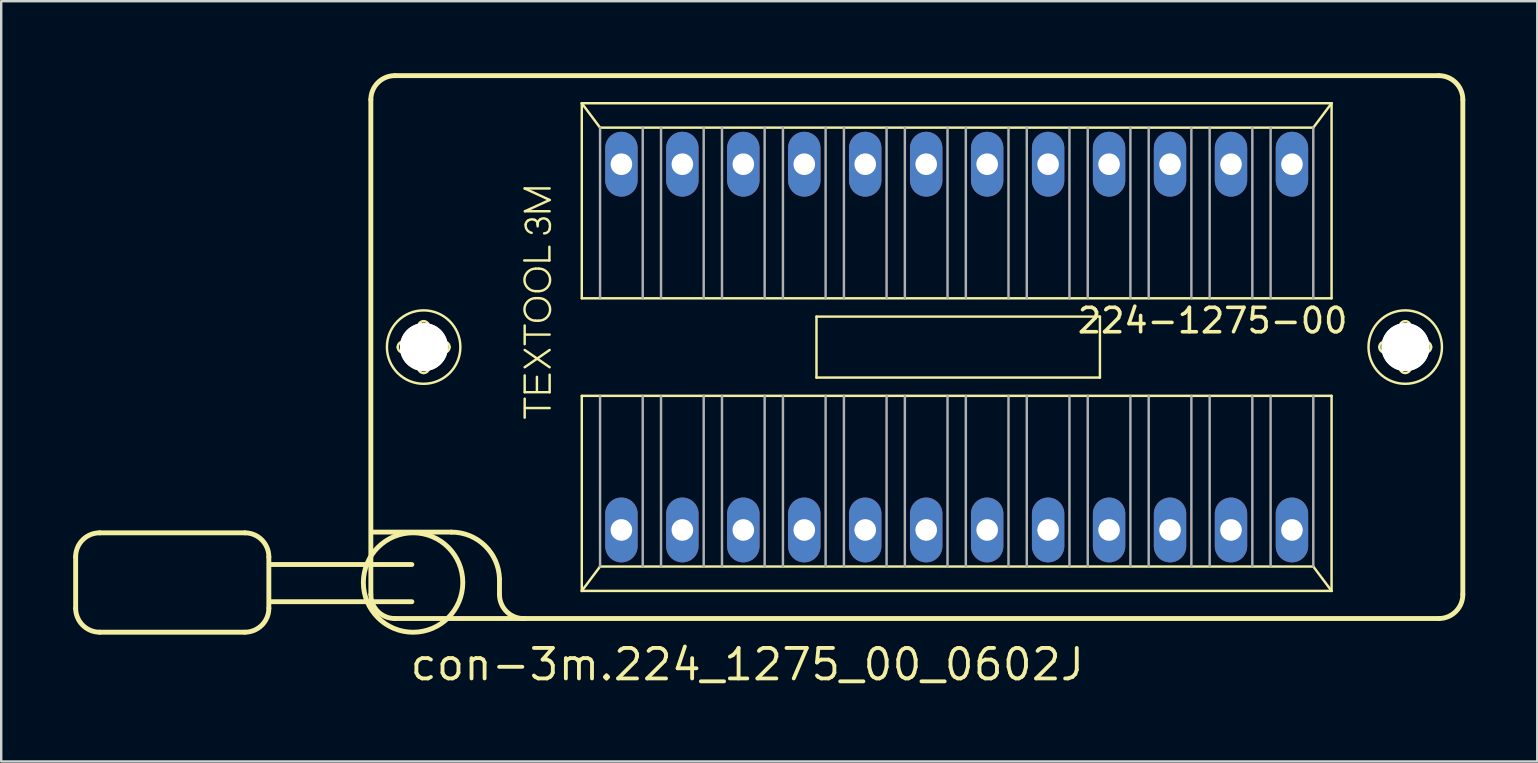
<source format=kicad_pcb>
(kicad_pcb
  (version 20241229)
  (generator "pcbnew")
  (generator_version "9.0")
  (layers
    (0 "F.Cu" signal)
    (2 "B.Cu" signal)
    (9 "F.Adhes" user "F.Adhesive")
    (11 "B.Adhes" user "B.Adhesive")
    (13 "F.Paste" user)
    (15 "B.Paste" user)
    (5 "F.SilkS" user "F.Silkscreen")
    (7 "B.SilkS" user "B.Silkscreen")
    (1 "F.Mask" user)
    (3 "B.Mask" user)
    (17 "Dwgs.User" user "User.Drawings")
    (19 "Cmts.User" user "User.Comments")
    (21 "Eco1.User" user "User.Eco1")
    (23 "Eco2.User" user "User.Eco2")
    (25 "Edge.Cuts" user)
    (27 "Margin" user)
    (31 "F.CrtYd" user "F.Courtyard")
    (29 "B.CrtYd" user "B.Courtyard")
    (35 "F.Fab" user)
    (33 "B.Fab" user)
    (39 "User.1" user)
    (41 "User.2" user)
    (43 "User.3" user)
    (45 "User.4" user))
  (footprint "con-3m.224_1275_00_0602J"
    (layer "F.Cu")
    (at 36.812 11.412)
    (property "Reference" "con-3m.224_1275_00_0602J" (at -22.86 13.97 0) (layer "F.SilkS") (effects (font (size 1.27 1.27) (thickness 0.16)) (justify left bottom)))
    (attr through_hole)
    (fp_line (start -36.71 8.74) (end -36.71 10.88) (stroke (width 0.203) (type default)) (layer "F.SilkS"))
    (fp_line (start -35.71 7.74) (end -29.66 7.74) (stroke (width 0.203) (type default)) (layer "F.SilkS"))
    (fp_line (start -29.66 11.88) (end -35.71 11.88) (stroke (width 0.203) (type default)) (layer "F.SilkS"))
    (fp_line (start -28.66 8.74) (end -28.66 10.88) (stroke (width 0.203) (type default)) (layer "F.SilkS"))
    (fp_line (start -24.41 10.31) (end -24.41 -10.31) (stroke (width 0.203) (type default)) (layer "F.SilkS"))
    (fp_line (start -24.3 7.71) (end -21.05 7.71) (stroke (width 0.203) (type default)) (layer "F.SilkS"))
    (fp_line (start -23.41 -11.31) (end 20.09 -11.31) (stroke (width 0.203) (type default)) (layer "F.SilkS"))
    (fp_line (start -23.06 -0.23) (end -22.51 -0.23) (stroke (width 0.102) (type default)) (layer "F.SilkS"))
    (fp_line (start -22.7 9.06) (end -28.61 9.06) (stroke (width 0.203) (type default)) (layer "F.SilkS"))
    (fp_line (start -22.7 10.61) (end -28.61 10.61) (stroke (width 0.203) (type default)) (layer "F.SilkS"))
    (fp_line (start -22.52 0.23) (end -23.06 0.23) (stroke (width 0.102) (type default)) (layer "F.SilkS"))
    (fp_line (start -22.44 -0.31) (end -22.44 -0.85) (stroke (width 0.102) (type default)) (layer "F.SilkS"))
    (fp_line (start -22.44 0.85) (end -22.44 0.3) (stroke (width 0.102) (type default)) (layer "F.SilkS"))
    (fp_line (start -21.98 -0.85) (end -21.98 -0.3) (stroke (width 0.102) (type default)) (layer "F.SilkS"))
    (fp_line (start -21.98 0.31) (end -21.98 0.85) (stroke (width 0.102) (type default)) (layer "F.SilkS"))
    (fp_line (start -21.9 -0.23) (end -21.36 -0.23) (stroke (width 0.102) (type default)) (layer "F.SilkS"))
    (fp_line (start -21.36 0.23) (end -21.91 0.23) (stroke (width 0.102) (type default)) (layer "F.SilkS"))
    (fp_line (start -19.05 9.66) (end -19.05 10.31) (stroke (width 0.203) (type default)) (layer "F.SilkS"))
    (fp_line (start -18.02 -3.61) (end -16.97 -3.61) (stroke (width 0.102) (type default)) (layer "F.SilkS"))
    (fp_line (start -18 -6.61) (end -16.96 -6.61) (stroke (width 0.102) (type default)) (layer "F.SilkS"))
    (fp_line (start -18 -0.12) (end -18 -0.9) (stroke (width 0.102) (type default)) (layer "F.SilkS"))
    (fp_line (start -18 0.12) (end -16.96 0.84) (stroke (width 0.102) (type default)) (layer "F.SilkS"))
    (fp_line (start -18 0.84) (end -16.96 0.12) (stroke (width 0.102) (type default)) (layer "F.SilkS"))
    (fp_line (start -18 1.18) (end -18 1.88) (stroke (width 0.102) (type default)) (layer "F.SilkS"))
    (fp_line (start -18 1.88) (end -16.96 1.88) (stroke (width 0.102) (type default)) (layer "F.SilkS"))
    (fp_line (start -18 2.94) (end -18 2.15) (stroke (width 0.102) (type default)) (layer "F.SilkS"))
    (fp_line (start -17.99 -5.66) (end -16.96 -6.13) (stroke (width 0.102) (type default)) (layer "F.SilkS"))
    (fp_line (start -17.99 2.54) (end -16.96 2.54) (stroke (width 0.102) (type default)) (layer "F.SilkS"))
    (fp_line (start -17.98 -0.52) (end -16.96 -0.52) (stroke (width 0.102) (type default)) (layer "F.SilkS"))
    (fp_line (start -17.54 -3.27) (end -17.41 -3.27) (stroke (width 0.102) (type default)) (layer "F.SilkS"))
    (fp_line (start -17.54 -2.33) (end -17.41 -2.33) (stroke (width 0.102) (type default)) (layer "F.SilkS"))
    (fp_line (start -17.54 -2.04) (end -17.41 -2.04) (stroke (width 0.102) (type default)) (layer "F.SilkS"))
    (fp_line (start -17.54 -1.1) (end -17.41 -1.1) (stroke (width 0.102) (type default)) (layer "F.SilkS"))
    (fp_line (start -17.49 1.24) (end -17.49 1.84) (stroke (width 0.102) (type default)) (layer "F.SilkS"))
    (fp_line (start -17.46 -5.03) (end -17.46 -5.12) (stroke (width 0.102) (type default)) (layer "F.SilkS"))
    (fp_line (start -16.97 -3.61) (end -16.97 -4.18) (stroke (width 0.102) (type default)) (layer "F.SilkS"))
    (fp_line (start -16.96 -6.13) (end -18 -6.61) (stroke (width 0.102) (type default)) (layer "F.SilkS"))
    (fp_line (start -16.96 -5.66) (end -17.99 -5.66) (stroke (width 0.102) (type default)) (layer "F.SilkS"))
    (fp_line (start -16.96 1.88) (end -16.96 1.15) (stroke (width 0.102) (type default)) (layer "F.SilkS"))
    (fp_line (start -15.621 -10.16) (end 15.621 -10.16) (stroke (width 0.102) (type default)) (layer "F.SilkS"))
    (fp_line (start -15.621 -2.032) (end -15.621 -10.16) (stroke (width 0.102) (type default)) (layer "F.SilkS"))
    (fp_line (start -15.621 2.032) (end 15.621 2.032) (stroke (width 0.102) (type default)) (layer "F.SilkS"))
    (fp_line (start -15.621 10.16) (end -15.621 2.032) (stroke (width 0.102) (type default)) (layer "F.SilkS"))
    (fp_line (start -15.621 10.16) (end -14.859 9.144) (stroke (width 0.102) (type default)) (layer "F.SilkS"))
    (fp_line (start -14.859 -9.144) (end -15.621 -10.16) (stroke (width 0.102) (type default)) (layer "F.SilkS"))
    (fp_line (start -14.859 9.144) (end 14.859 9.144) (stroke (width 0.102) (type default)) (layer "F.SilkS"))
    (fp_line (start -5.842 -1.27) (end 5.969 -1.27) (stroke (width 0.102) (type default)) (layer "F.SilkS"))
    (fp_line (start -5.842 1.27) (end -5.842 -1.27) (stroke (width 0.102) (type default)) (layer "F.SilkS"))
    (fp_line (start 5.969 -1.27) (end 5.969 1.27) (stroke (width 0.102) (type default)) (layer "F.SilkS"))
    (fp_line (start 5.969 1.27) (end -5.842 1.27) (stroke (width 0.102) (type default)) (layer "F.SilkS"))
    (fp_line (start 14.859 -9.144) (end -14.859 -9.144) (stroke (width 0.102) (type default)) (layer "F.SilkS"))
    (fp_line (start 14.859 9.144) (end 15.621 10.16) (stroke (width 0.102) (type default)) (layer "F.SilkS"))
    (fp_line (start 15.621 -10.16) (end 14.859 -9.144) (stroke (width 0.102) (type default)) (layer "F.SilkS"))
    (fp_line (start 15.621 -10.16) (end 15.621 -2.032) (stroke (width 0.102) (type default)) (layer "F.SilkS"))
    (fp_line (start 15.621 -2.032) (end -15.621 -2.032) (stroke (width 0.102) (type default)) (layer "F.SilkS"))
    (fp_line (start 15.621 2.032) (end 15.621 10.16) (stroke (width 0.102) (type default)) (layer "F.SilkS"))
    (fp_line (start 15.621 10.16) (end -15.621 10.16) (stroke (width 0.102) (type default)) (layer "F.SilkS"))
    (fp_line (start 17.84 -0.23) (end 18.39 -0.23) (stroke (width 0.102) (type default)) (layer "F.SilkS"))
    (fp_line (start 18.38 0.23) (end 17.84 0.23) (stroke (width 0.102) (type default)) (layer "F.SilkS"))
    (fp_line (start 18.46 -0.31) (end 18.46 -0.85) (stroke (width 0.102) (type default)) (layer "F.SilkS"))
    (fp_line (start 18.46 0.85) (end 18.46 0.3) (stroke (width 0.102) (type default)) (layer "F.SilkS"))
    (fp_line (start 18.92 -0.85) (end 18.92 -0.3) (stroke (width 0.102) (type default)) (layer "F.SilkS"))
    (fp_line (start 18.92 0.31) (end 18.92 0.85) (stroke (width 0.102) (type default)) (layer "F.SilkS"))
    (fp_line (start 19 -0.23) (end 19.54 -0.23) (stroke (width 0.102) (type default)) (layer "F.SilkS"))
    (fp_line (start 19.54 0.23) (end 18.99 0.23) (stroke (width 0.102) (type default)) (layer "F.SilkS"))
    (fp_line (start 20.09 11.31) (end -23.41 11.31) (stroke (width 0.203) (type default)) (layer "F.SilkS"))
    (fp_line (start 21.09 -10.31) (end 21.09 10.31) (stroke (width 0.203) (type default)) (layer "F.SilkS"))
    (fp_arc (start -36.71 8.74) (mid -36.417107 8.032893) (end -35.71 7.74) (stroke (width 0.2032) (type default)) (layer "F.SilkS"))
    (fp_arc (start -35.71 11.88) (mid -36.417107 11.587107) (end -36.71 10.88) (stroke (width 0.2032) (type default)) (layer "F.SilkS"))
    (fp_arc (start -29.66 7.74) (mid -28.952893 8.032893) (end -28.66 8.74) (stroke (width 0.2032) (type default)) (layer "F.SilkS"))
    (fp_arc (start -28.66 10.88) (mid -28.952893 11.587107) (end -29.66 11.88) (stroke (width 0.2032) (type default)) (layer "F.SilkS"))
    (fp_arc (start -24.41 -10.31) (mid -24.117107 -11.017107) (end -23.41 -11.31) (stroke (width 0.2032) (type default)) (layer "F.SilkS"))
    (fp_arc (start -23.41 11.31) (mid -24.117107 11.017107) (end -24.41 10.31) (stroke (width 0.2032) (type default)) (layer "F.SilkS"))
    (fp_arc (start -23.29 0) (mid -23.222635 -0.162635) (end -23.06 -0.23) (stroke (width 0.1016) (type default)) (layer "F.SilkS"))
    (fp_arc (start -23.06 0.23) (mid -23.222635 0.162635) (end -23.29 0) (stroke (width 0.1016) (type default)) (layer "F.SilkS"))
    (fp_arc (start -22.52 0.23) (mid -22.470503 0.250503) (end -22.45 0.3) (stroke (width 0.1016) (type default)) (layer "F.SilkS"))
    (fp_arc (start -22.44 -0.85) (mid -22.372635 -1.012635) (end -22.21 -1.08) (stroke (width 0.1016) (type default)) (layer "F.SilkS"))
    (fp_arc (start -22.44 -0.3) (mid -22.460503 -0.250503) (end -22.51 -0.23) (stroke (width 0.1016) (type default)) (layer "F.SilkS"))
    (fp_arc (start -22.21 -1.08) (mid -22.047365 -1.012635) (end -21.98 -0.85) (stroke (width 0.1016) (type default)) (layer "F.SilkS"))
    (fp_arc (start -22.21 1.08) (mid -22.372635 1.012635) (end -22.44 0.85) (stroke (width 0.1016) (type default)) (layer "F.SilkS"))
    (fp_arc (start -21.98 0.3) (mid -21.959497 0.250503) (end -21.91 0.23) (stroke (width 0.1016) (type default)) (layer "F.SilkS"))
    (fp_arc (start -21.98 0.85) (mid -22.047365 1.012635) (end -22.21 1.08) (stroke (width 0.1016) (type default)) (layer "F.SilkS"))
    (fp_arc (start -21.91 -0.23) (mid -21.959497 -0.250503) (end -21.98 -0.3) (stroke (width 0.1016) (type default)) (layer "F.SilkS"))
    (fp_arc (start -21.36 -0.23) (mid -21.197365 -0.162635) (end -21.13 0) (stroke (width 0.1016) (type default)) (layer "F.SilkS"))
    (fp_arc (start -21.13 0) (mid -21.197365 0.162635) (end -21.36 0.23) (stroke (width 0.1016) (type default)) (layer "F.SilkS"))
    (fp_arc (start -21.05 7.71) (mid -19.653341 8.27817) (end -19.05 9.66) (stroke (width 0.2032) (type default)) (layer "F.SilkS"))
    (fp_arc (start -18 11.31) (mid -18.739286 11.035) (end -19.05 10.31) (stroke (width 0.2032) (type default)) (layer "F.SilkS"))
    (fp_arc (start -17.96 -5.11) (mid -17.924621 -5.207696) (end -17.85 -5.28) (stroke (width 0.1016) (type default)) (layer "F.SilkS"))
    (fp_arc (start -17.85 -5.28) (mid -17.717382 -5.322157) (end -17.58 -5.3) (stroke (width 0.1016) (type default)) (layer "F.SilkS"))
    (fp_arc (start -17.71 -4.76) (mid -17.90297 -4.88645) (end -17.96 -5.11) (stroke (width 0.1016) (type default)) (layer "F.SilkS"))
    (fp_arc (start -17.58 -5.3) (mid -17.49275 -5.228167) (end -17.46 -5.12) (stroke (width 0.1016) (type default)) (layer "F.SilkS"))
    (fp_arc (start -17.54 -2.33) (mid -18.01 -2.8) (end -17.54 -3.27) (stroke (width 0.1016) (type default)) (layer "F.SilkS"))
    (fp_arc (start -17.54 -1.1) (mid -18.01 -1.57) (end -17.54 -2.04) (stroke (width 0.1016) (type default)) (layer "F.SilkS"))
    (fp_arc (start -17.46 -5.12) (mid -17.427891 -5.240938) (end -17.34 -5.33) (stroke (width 0.1016) (type default)) (layer "F.SilkS"))
    (fp_arc (start -17.41 -3.27) (mid -16.94 -2.8) (end -17.41 -2.33) (stroke (width 0.1016) (type default)) (layer "F.SilkS"))
    (fp_arc (start -17.41 -2.04) (mid -16.94 -1.57) (end -17.41 -1.1) (stroke (width 0.1016) (type default)) (layer "F.SilkS"))
    (fp_arc (start -17.34 -5.33) (mid -17.196886 -5.363595) (end -17.06 -5.31) (stroke (width 0.1016) (type default)) (layer "F.SilkS"))
    (fp_arc (start -17.06 -5.31) (mid -16.985084 -5.220954) (end -16.95 -5.11) (stroke (width 0.1016) (type default)) (layer "F.SilkS"))
    (fp_arc (start -16.96 -4.92) (mid -17.042524 -4.788503) (end -17.19 -4.74) (stroke (width 0.1016) (type default)) (layer "F.SilkS"))
    (fp_arc (start -16.95 -5.11) (mid -16.947277 -5.014594) (end -16.96 -4.92) (stroke (width 0.1016) (type default)) (layer "F.SilkS"))
    (fp_arc (start 17.61 0) (mid 17.677365 -0.162635) (end 17.84 -0.23) (stroke (width 0.1016) (type default)) (layer "F.SilkS"))
    (fp_arc (start 17.84 0.23) (mid 17.677365 0.162635) (end 17.61 0) (stroke (width 0.1016) (type default)) (layer "F.SilkS"))
    (fp_arc (start 18.38 0.23) (mid 18.429497 0.250503) (end 18.45 0.3) (stroke (width 0.1016) (type default)) (layer "F.SilkS"))
    (fp_arc (start 18.46 -0.85) (mid 18.527365 -1.012635) (end 18.69 -1.08) (stroke (width 0.1016) (type default)) (layer "F.SilkS"))
    (fp_arc (start 18.46 -0.3) (mid 18.439497 -0.250503) (end 18.39 -0.23) (stroke (width 0.1016) (type default)) (layer "F.SilkS"))
    (fp_arc (start 18.69 -1.08) (mid 18.852635 -1.012635) (end 18.92 -0.85) (stroke (width 0.1016) (type default)) (layer "F.SilkS"))
    (fp_arc (start 18.69 1.08) (mid 18.527365 1.012635) (end 18.46 0.85) (stroke (width 0.1016) (type default)) (layer "F.SilkS"))
    (fp_arc (start 18.92 0.3) (mid 18.940503 0.250503) (end 18.99 0.23) (stroke (width 0.1016) (type default)) (layer "F.SilkS"))
    (fp_arc (start 18.92 0.85) (mid 18.852635 1.012635) (end 18.69 1.08) (stroke (width 0.1016) (type default)) (layer "F.SilkS"))
    (fp_arc (start 18.99 -0.23) (mid 18.940503 -0.250503) (end 18.92 -0.3) (stroke (width 0.1016) (type default)) (layer "F.SilkS"))
    (fp_arc (start 19.54 -0.23) (mid 19.702635 -0.162635) (end 19.77 0) (stroke (width 0.1016) (type default)) (layer "F.SilkS"))
    (fp_arc (start 19.77 0) (mid 19.702635 0.162635) (end 19.54 0.23) (stroke (width 0.1016) (type default)) (layer "F.SilkS"))
    (fp_arc (start 20.09 -11.31) (mid 20.797107 -11.017107) (end 21.09 -10.31) (stroke (width 0.2032) (type default)) (layer "F.SilkS"))
    (fp_arc (start 21.09 10.31) (mid 20.797107 11.017107) (end 20.09 11.31) (stroke (width 0.2032) (type default)) (layer "F.SilkS"))
    (fp_circle (center -22.65 9.81) (end -20.578 9.81) (stroke (width 0.203) (type default)) (fill no) (layer "F.SilkS"))
    (fp_circle (center -22.21 0) (end -20.68 0) (stroke (width 0.102) (type default)) (fill no) (layer "F.SilkS"))
    (fp_circle (center 18.69 0) (end 20.22 0) (stroke (width 0.102) (type default)) (fill no) (layer "F.SilkS"))
    (fp_line (start -14.859 -9.144) (end -14.859 -2.032) (stroke (width 0.102) (type default)) (layer "F.Fab"))
    (fp_line (start -14.859 2.032) (end -14.859 9.144) (stroke (width 0.102) (type default)) (layer "F.Fab"))
    (fp_line (start -13.081 -2.032) (end -13.081 -9.144) (stroke (width 0.102) (type default)) (layer "F.Fab"))
    (fp_line (start -13.081 2.032) (end -13.081 9.144) (stroke (width 0.102) (type default)) (layer "F.Fab"))
    (fp_line (start -12.319 -2.032) (end -12.319 -9.144) (stroke (width 0.102) (type default)) (layer "F.Fab"))
    (fp_line (start -12.319 2.032) (end -12.319 9.144) (stroke (width 0.102) (type default)) (layer "F.Fab"))
    (fp_line (start -10.541 -2.032) (end -10.541 -9.144) (stroke (width 0.102) (type default)) (layer "F.Fab"))
    (fp_line (start -10.541 2.032) (end -10.541 9.144) (stroke (width 0.102) (type default)) (layer "F.Fab"))
    (fp_line (start -9.779 -2.032) (end -9.779 -9.144) (stroke (width 0.102) (type default)) (layer "F.Fab"))
    (fp_line (start -9.779 2.032) (end -9.779 9.144) (stroke (width 0.102) (type default)) (layer "F.Fab"))
    (fp_line (start -8.001 -2.032) (end -8.001 -9.144) (stroke (width 0.102) (type default)) (layer "F.Fab"))
    (fp_line (start -8.001 2.032) (end -8.001 9.144) (stroke (width 0.102) (type default)) (layer "F.Fab"))
    (fp_line (start -7.239 -2.032) (end -7.239 -9.144) (stroke (width 0.102) (type default)) (layer "F.Fab"))
    (fp_line (start -7.239 2.032) (end -7.239 9.144) (stroke (width 0.102) (type default)) (layer "F.Fab"))
    (fp_line (start -5.461 -2.032) (end -5.461 -9.144) (stroke (width 0.102) (type default)) (layer "F.Fab"))
    (fp_line (start -5.461 2.032) (end -5.461 9.144) (stroke (width 0.102) (type default)) (layer "F.Fab"))
    (fp_line (start -4.699 -2.032) (end -4.699 -9.144) (stroke (width 0.102) (type default)) (layer "F.Fab"))
    (fp_line (start -4.699 2.032) (end -4.699 9.144) (stroke (width 0.102) (type default)) (layer "F.Fab"))
    (fp_line (start -2.921 -2.032) (end -2.921 -9.144) (stroke (width 0.102) (type default)) (layer "F.Fab"))
    (fp_line (start -2.921 2.032) (end -2.921 9.144) (stroke (width 0.102) (type default)) (layer "F.Fab"))
    (fp_line (start -2.159 -2.032) (end -2.159 -9.144) (stroke (width 0.102) (type default)) (layer "F.Fab"))
    (fp_line (start -2.159 2.032) (end -2.159 9.144) (stroke (width 0.102) (type default)) (layer "F.Fab"))
    (fp_line (start -0.381 -2.032) (end -0.381 -9.144) (stroke (width 0.102) (type default)) (layer "F.Fab"))
    (fp_line (start -0.381 2.032) (end -0.381 9.144) (stroke (width 0.102) (type default)) (layer "F.Fab"))
    (fp_line (start 0.381 -2.032) (end 0.381 -9.144) (stroke (width 0.102) (type default)) (layer "F.Fab"))
    (fp_line (start 0.381 2.032) (end 0.381 9.144) (stroke (width 0.102) (type default)) (layer "F.Fab"))
    (fp_line (start 2.159 -2.032) (end 2.159 -9.144) (stroke (width 0.102) (type default)) (layer "F.Fab"))
    (fp_line (start 2.159 2.032) (end 2.159 9.144) (stroke (width 0.102) (type default)) (layer "F.Fab"))
    (fp_line (start 2.921 -2.032) (end 2.921 -9.144) (stroke (width 0.102) (type default)) (layer "F.Fab"))
    (fp_line (start 2.921 2.032) (end 2.921 9.144) (stroke (width 0.102) (type default)) (layer "F.Fab"))
    (fp_line (start 4.699 -2.032) (end 4.699 -9.144) (stroke (width 0.102) (type default)) (layer "F.Fab"))
    (fp_line (start 4.699 2.032) (end 4.699 9.144) (stroke (width 0.102) (type default)) (layer "F.Fab"))
    (fp_line (start 5.461 -2.032) (end 5.461 -9.144) (stroke (width 0.102) (type default)) (layer "F.Fab"))
    (fp_line (start 5.461 2.032) (end 5.461 9.144) (stroke (width 0.102) (type default)) (layer "F.Fab"))
    (fp_line (start 7.239 -2.032) (end 7.239 -9.144) (stroke (width 0.102) (type default)) (layer "F.Fab"))
    (fp_line (start 7.239 2.032) (end 7.239 9.144) (stroke (width 0.102) (type default)) (layer "F.Fab"))
    (fp_line (start 8.001 -2.032) (end 8.001 -9.144) (stroke (width 0.102) (type default)) (layer "F.Fab"))
    (fp_line (start 8.001 2.032) (end 8.001 9.144) (stroke (width 0.102) (type default)) (layer "F.Fab"))
    (fp_line (start 9.779 -2.032) (end 9.779 -9.144) (stroke (width 0.102) (type default)) (layer "F.Fab"))
    (fp_line (start 9.779 2.032) (end 9.779 9.144) (stroke (width 0.102) (type default)) (layer "F.Fab"))
    (fp_line (start 10.541 -2.032) (end 10.541 -9.144) (stroke (width 0.102) (type default)) (layer "F.Fab"))
    (fp_line (start 10.541 2.032) (end 10.541 9.144) (stroke (width 0.102) (type default)) (layer "F.Fab"))
    (fp_line (start 12.319 -2.032) (end 12.319 -9.144) (stroke (width 0.102) (type default)) (layer "F.Fab"))
    (fp_line (start 12.319 2.032) (end 12.319 9.144) (stroke (width 0.102) (type default)) (layer "F.Fab"))
    (fp_line (start 13.081 -2.032) (end 13.081 -9.144) (stroke (width 0.102) (type default)) (layer "F.Fab"))
    (fp_line (start 13.081 2.032) (end 13.081 9.144) (stroke (width 0.102) (type default)) (layer "F.Fab"))
    (fp_line (start 14.859 -2.032) (end 14.859 -9.144) (stroke (width 0.102) (type default)) (layer "F.Fab"))
    (fp_line (start 14.859 9.144) (end 14.859 2.032) (stroke (width 0.102) (type default)) (layer "F.Fab"))
    (fp_text user "224-1275-00" (at 4.953 -0.508 180) (layer "F.SilkS") (effects (font (size 1.016 1.016) (thickness 0.15)) (justify left bottom)))
    (pad "" np_thru_hole circle (at -22.2 0) (size 2 2) (drill 2) (layers "*.Cu" "*.Mask"))
    (pad "" np_thru_hole circle (at -22.2 0) (size 2 2) (drill 2) (layers "*.Cu" "*.Mask"))
    (pad "" np_thru_hole circle (at 18.7 0) (size 2 2) (drill 2) (layers "*.Cu" "*.Mask"))
    (pad "" np_thru_hole circle (at 18.7 0) (size 2 2) (drill 2) (layers "*.Cu" "*.Mask"))
    (pad "1" thru_hole oval (at -13.97 7.62 90) (size 2.7 1.35) (drill 0.9) (layers "*.Cu" "*.Mask"))
    (pad "2" thru_hole oval (at -11.43 7.62 90) (size 2.7 1.35) (drill 0.9) (layers "*.Cu" "*.Mask"))
    (pad "3" thru_hole oval (at -8.89 7.62 90) (size 2.7 1.35) (drill 0.9) (layers "*.Cu" "*.Mask"))
    (pad "4" thru_hole oval (at -6.35 7.62 90) (size 2.7 1.35) (drill 0.9) (layers "*.Cu" "*.Mask"))
    (pad "5" thru_hole oval (at -3.81 7.62 90) (size 2.7 1.35) (drill 0.9) (layers "*.Cu" "*.Mask"))
    (pad "6" thru_hole oval (at -1.27 7.62 90) (size 2.7 1.35) (drill 0.9) (layers "*.Cu" "*.Mask"))
    (pad "7" thru_hole oval (at 1.27 7.62 90) (size 2.7 1.35) (drill 0.9) (layers "*.Cu" "*.Mask"))
    (pad "8" thru_hole oval (at 3.81 7.62 90) (size 2.7 1.35) (drill 0.9) (layers "*.Cu" "*.Mask"))
    (pad "9" thru_hole oval (at 6.35 7.62 90) (size 2.7 1.35) (drill 0.9) (layers "*.Cu" "*.Mask"))
    (pad "10" thru_hole oval (at 8.89 7.62 90) (size 2.7 1.35) (drill 0.9) (layers "*.Cu" "*.Mask"))
    (pad "11" thru_hole oval (at 11.43 7.62 90) (size 2.7 1.35) (drill 0.9) (layers "*.Cu" "*.Mask"))
    (pad "12" thru_hole oval (at 13.97 7.62 90) (size 2.7 1.35) (drill 0.9) (layers "*.Cu" "*.Mask"))
    (pad "13" thru_hole oval (at 13.97 -7.62 90) (size 2.7 1.35) (drill 0.9) (layers "*.Cu" "*.Mask"))
    (pad "14" thru_hole oval (at 11.43 -7.62 90) (size 2.7 1.35) (drill 0.9) (layers "*.Cu" "*.Mask"))
    (pad "15" thru_hole oval (at 8.89 -7.62 90) (size 2.7 1.35) (drill 0.9) (layers "*.Cu" "*.Mask"))
    (pad "16" thru_hole oval (at 6.35 -7.62 90) (size 2.7 1.35) (drill 0.9) (layers "*.Cu" "*.Mask"))
    (pad "17" thru_hole oval (at 3.81 -7.62 90) (size 2.7 1.35) (drill 0.9) (layers "*.Cu" "*.Mask"))
    (pad "18" thru_hole oval (at 1.27 -7.62 90) (size 2.7 1.35) (drill 0.9) (layers "*.Cu" "*.Mask"))
    (pad "19" thru_hole oval (at -1.27 -7.62 90) (size 2.7 1.35) (drill 0.9) (layers "*.Cu" "*.Mask"))
    (pad "20" thru_hole oval (at -3.81 -7.62 90) (size 2.7 1.35) (drill 0.9) (layers "*.Cu" "*.Mask"))
    (pad "21" thru_hole oval (at -6.35 -7.62 90) (size 2.7 1.35) (drill 0.9) (layers "*.Cu" "*.Mask"))
    (pad "22" thru_hole oval (at -8.89 -7.62 90) (size 2.7 1.35) (drill 0.9) (layers "*.Cu" "*.Mask"))
    (pad "23" thru_hole oval (at -11.43 -7.62 90) (size 2.7 1.35) (drill 0.9) (layers "*.Cu" "*.Mask"))
    (pad "24" thru_hole oval (at -13.97 -7.62 90) (size 2.7 1.35) (drill 0.9) (layers "*.Cu" "*.Mask")))
  (gr_rect
    (start -3 -3)
    (end 61.003 28.679)
    (stroke (width 0.1) (type default))
    (fill no)
    (layer "Edge.Cuts")))
</source>
